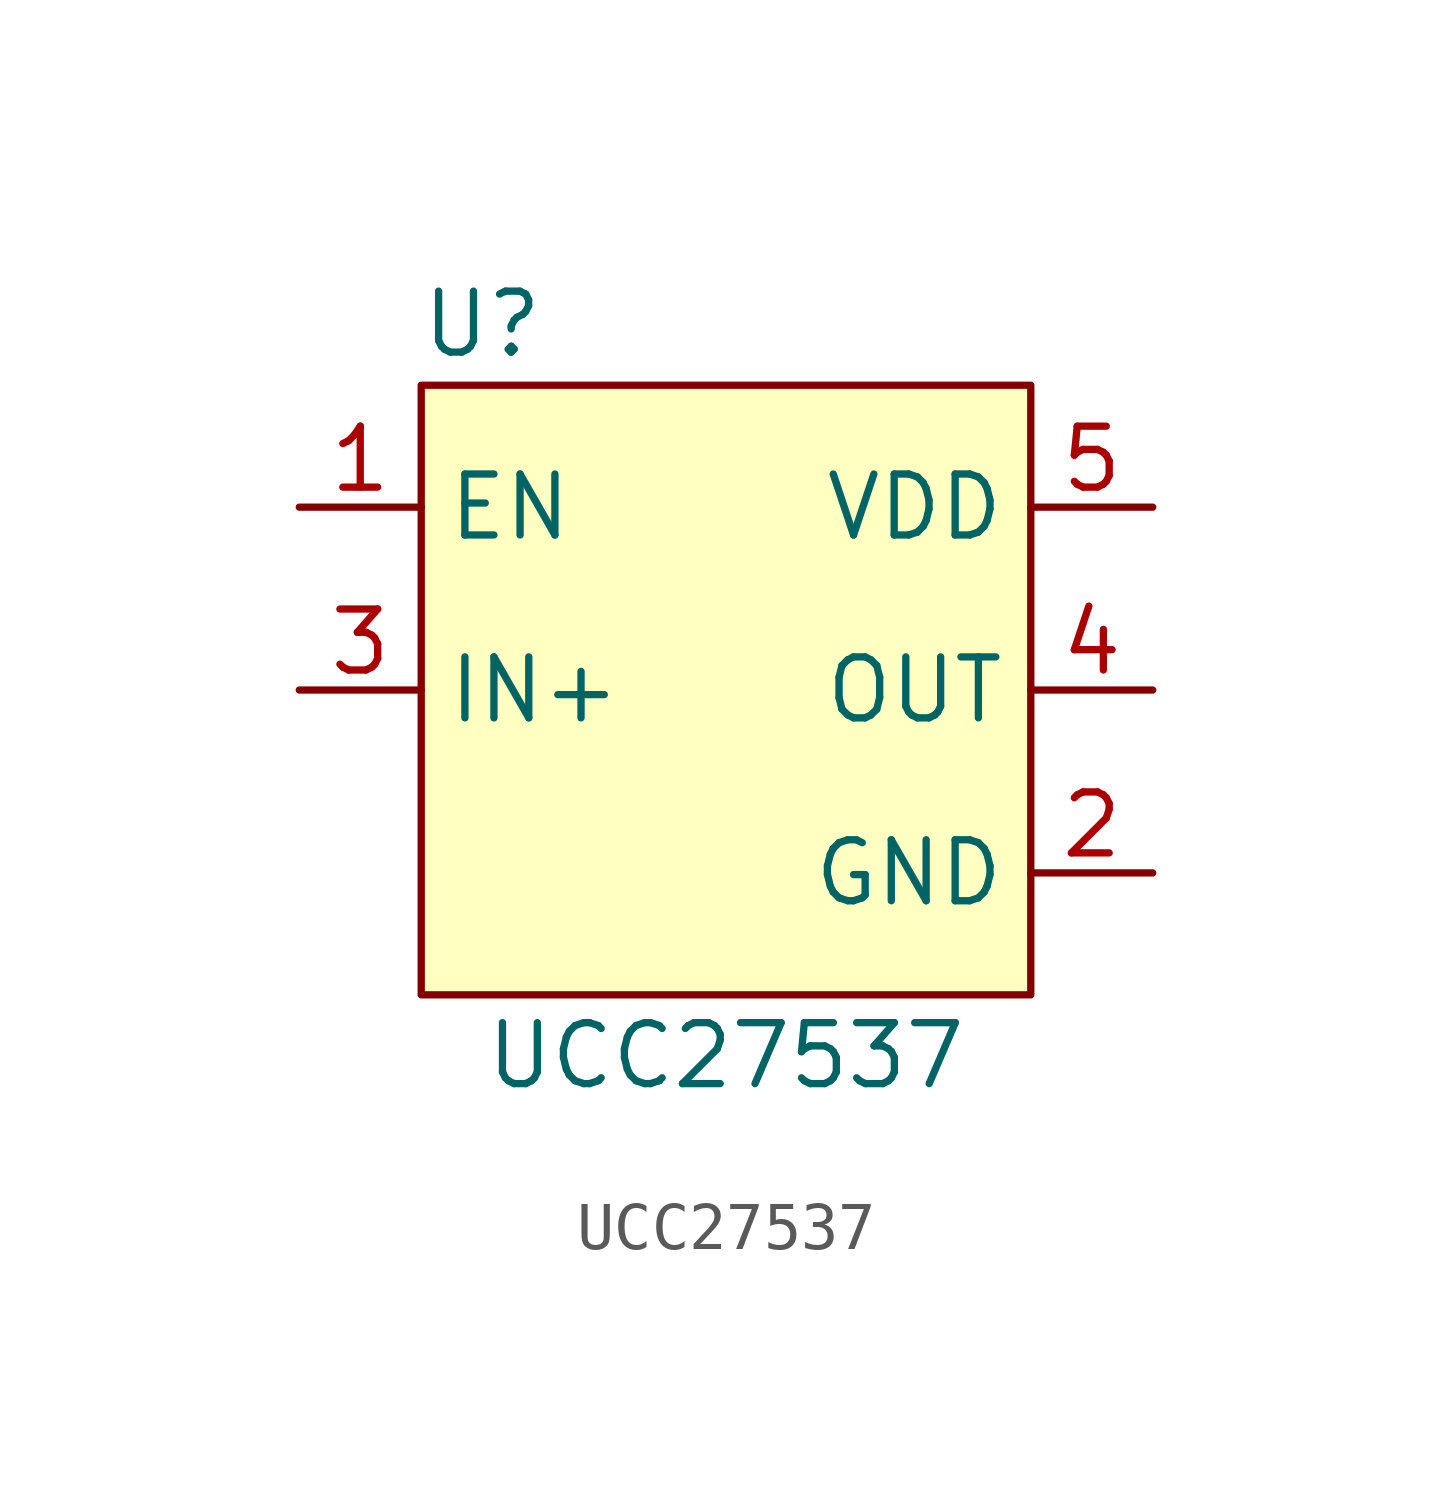
<source format=kicad_sym>
(kicad_symbol_lib
  (version 20220914)
  (generator kicad_symbol_editor)
  (symbol "UCC27537"
    (property "Reference" "U"
      (at -5.08 8.89 0)
      (effects (font (size 1.27 1.27))))
    (property "Value" "UCC27537"
      (at 0 -6.35 0)
      (effects (font (size 1.27 1.27))))
    (symbol "UCC27537_1_1"
      (rectangle (start -6.35 7.62) (end 6.35 -5.08) (stroke (width 0) (type default)) (fill (type background)))
      (pin input line (at -8.89 5.08 0) (length 2.54) (name "EN" (effects (font (size 1.27 1.27)))) (number "1" (effects (font (size 1.27 1.27)))))
      (pin power_in line (at 8.89 -2.54 180) (length 2.54) (name "GND" (effects (font (size 1.27 1.27)))) (number "2" (effects (font (size 1.27 1.27)))))
      (pin input line (at -8.89 1.27 0) (length 2.54) (name "IN+" (effects (font (size 1.27 1.27)))) (number "3" (effects (font (size 1.27 1.27)))))
      (pin power_out line (at 8.89 1.27 180) (length 2.54) (name "OUT" (effects (font (size 1.27 1.27)))) (number "4" (effects (font (size 1.27 1.27)))))
      (pin power_in line (at 8.89 5.08 180) (length 2.54) (name "VDD" (effects (font (size 1.27 1.27)))) (number "5" (effects (font (size 1.27 1.27))))))))
</source>
